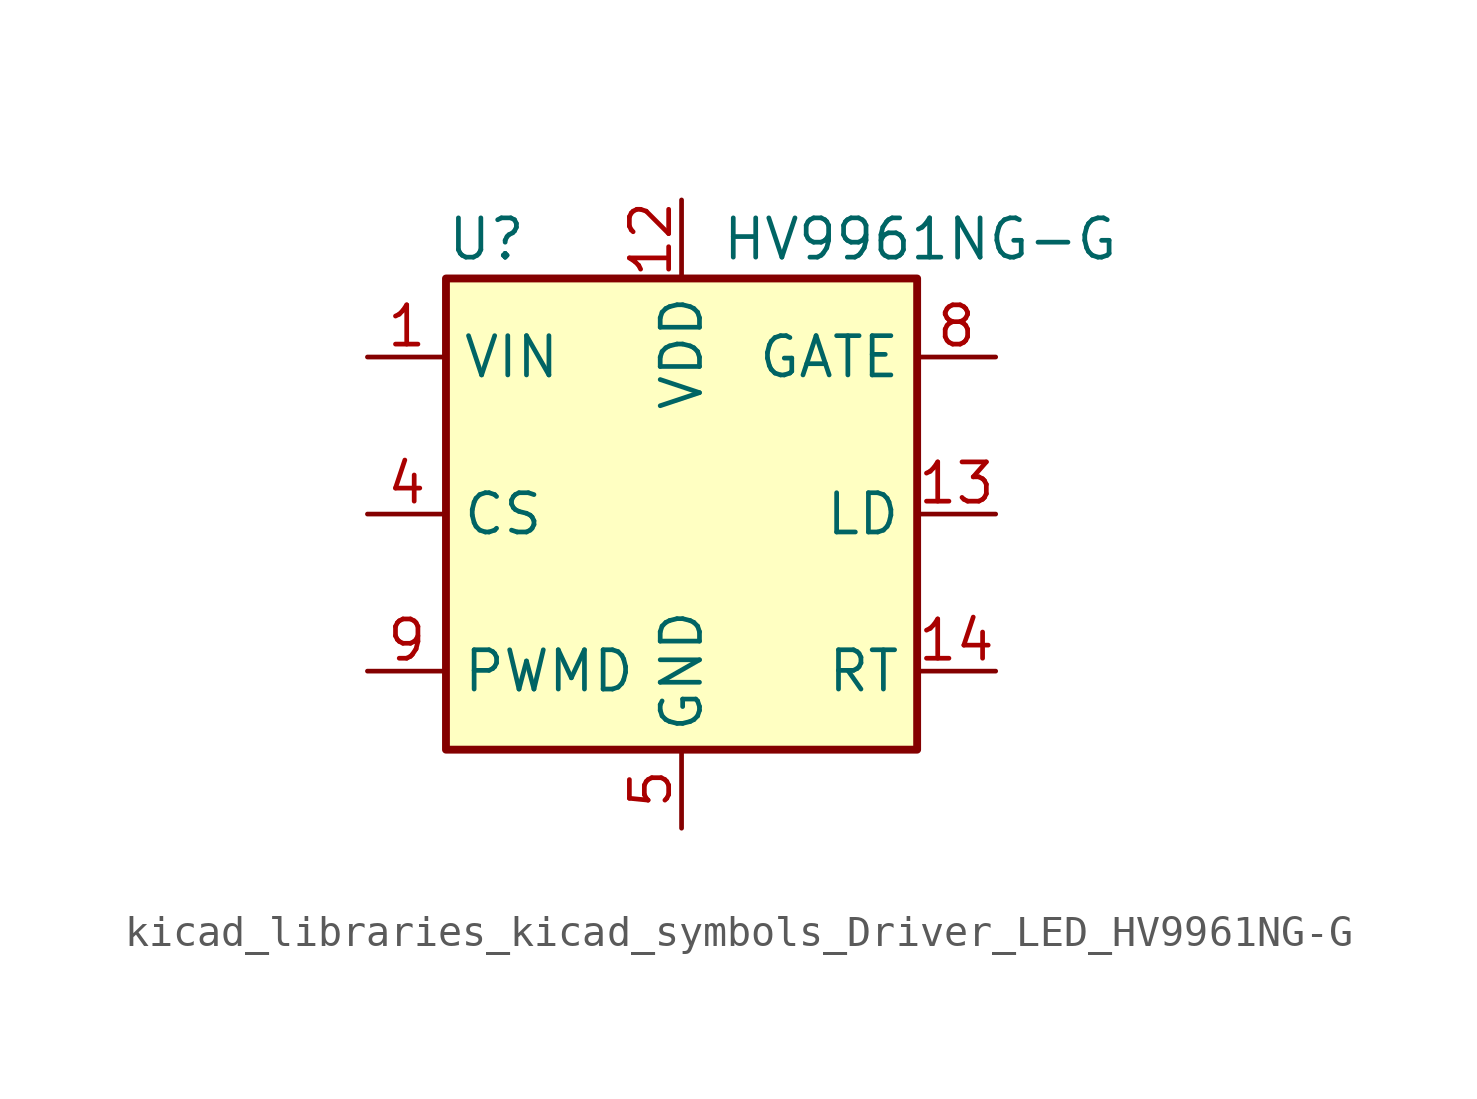
<source format=kicad_sym>
(kicad_symbol_lib
  (version 20220914)
  (generator kicad_symbol_editor)
  (symbol "kicad_libraries_kicad_symbols_Driver_LED_HV9961NG-G"
    (property "Reference" "U"
      (at -7.62 8.89 0)
      (effects (font (size 1.27 1.27)) (justify left)))
    (property "Value" "HV9961NG-G"
      (at 1.27 8.89 0)
      (effects (font (size 1.27 1.27)) (justify left)))
    (symbol "kicad_libraries_kicad_symbols_Driver_LED_HV9961NG-G_0_1"
      (rectangle (start -7.62 7.62) (end 7.62 -7.62) (stroke (width 0.254) (type default)) (fill (type background))))
    (symbol "kicad_libraries_kicad_symbols_Driver_LED_HV9961NG-G_1_1"
      (pin power_in line (at -10.16 5.08 0) (length 2.54) (name "VIN" (effects (font (size 1.27 1.27)))) (number "1" (effects (font (size 1.27 1.27)))))
      (pin no_connect line (at 7.62 -2.54 180) (length 2.54) hide (name "NC" (effects (font (size 1.27 1.27)))) (number "10" (effects (font (size 1.27 1.27)))))
      (pin no_connect line (at 7.62 0 180) (length 2.54) hide (name "NC" (effects (font (size 1.27 1.27)))) (number "11" (effects (font (size 1.27 1.27)))))
      (pin power_out line (at 0 10.16 270) (length 2.54) (name "VDD" (effects (font (size 1.27 1.27)))) (number "12" (effects (font (size 1.27 1.27)))))
      (pin input line (at 10.16 0 180) (length 2.54) (name "LD" (effects (font (size 1.27 1.27)))) (number "13" (effects (font (size 1.27 1.27)))))
      (pin input line (at 10.16 -5.08 180) (length 2.54) (name "RT" (effects (font (size 1.27 1.27)))) (number "14" (effects (font (size 1.27 1.27)))))
      (pin no_connect line (at 7.62 2.54 180) (length 2.54) hide (name "NC" (effects (font (size 1.27 1.27)))) (number "15" (effects (font (size 1.27 1.27)))))
      (pin no_connect line (at 7.62 5.08 180) (length 2.54) hide (name "NC" (effects (font (size 1.27 1.27)))) (number "16" (effects (font (size 1.27 1.27)))))
      (pin no_connect line (at -7.62 5.08 0) (length 2.54) hide (name "NC" (effects (font (size 1.27 1.27)))) (number "2" (effects (font (size 1.27 1.27)))))
      (pin no_connect line (at -7.62 2.54 0) (length 2.54) hide (name "NC" (effects (font (size 1.27 1.27)))) (number "3" (effects (font (size 1.27 1.27)))))
      (pin input line (at -10.16 0 0) (length 2.54) (name "CS" (effects (font (size 1.27 1.27)))) (number "4" (effects (font (size 1.27 1.27)))))
      (pin power_in line (at 0 -10.16 90) (length 2.54) (name "GND" (effects (font (size 1.27 1.27)))) (number "5" (effects (font (size 1.27 1.27)))))
      (pin no_connect line (at -7.62 0 0) (length 2.54) hide (name "NC" (effects (font (size 1.27 1.27)))) (number "6" (effects (font (size 1.27 1.27)))))
      (pin no_connect line (at -7.62 -2.54 0) (length 2.54) hide (name "NC" (effects (font (size 1.27 1.27)))) (number "7" (effects (font (size 1.27 1.27)))))
      (pin output line (at 10.16 5.08 180) (length 2.54) (name "GATE" (effects (font (size 1.27 1.27)))) (number "8" (effects (font (size 1.27 1.27)))))
      (pin output line (at -10.16 -5.08 0) (length 2.54) (name "PWMD" (effects (font (size 1.27 1.27)))) (number "9" (effects (font (size 1.27 1.27))))))))
</source>
